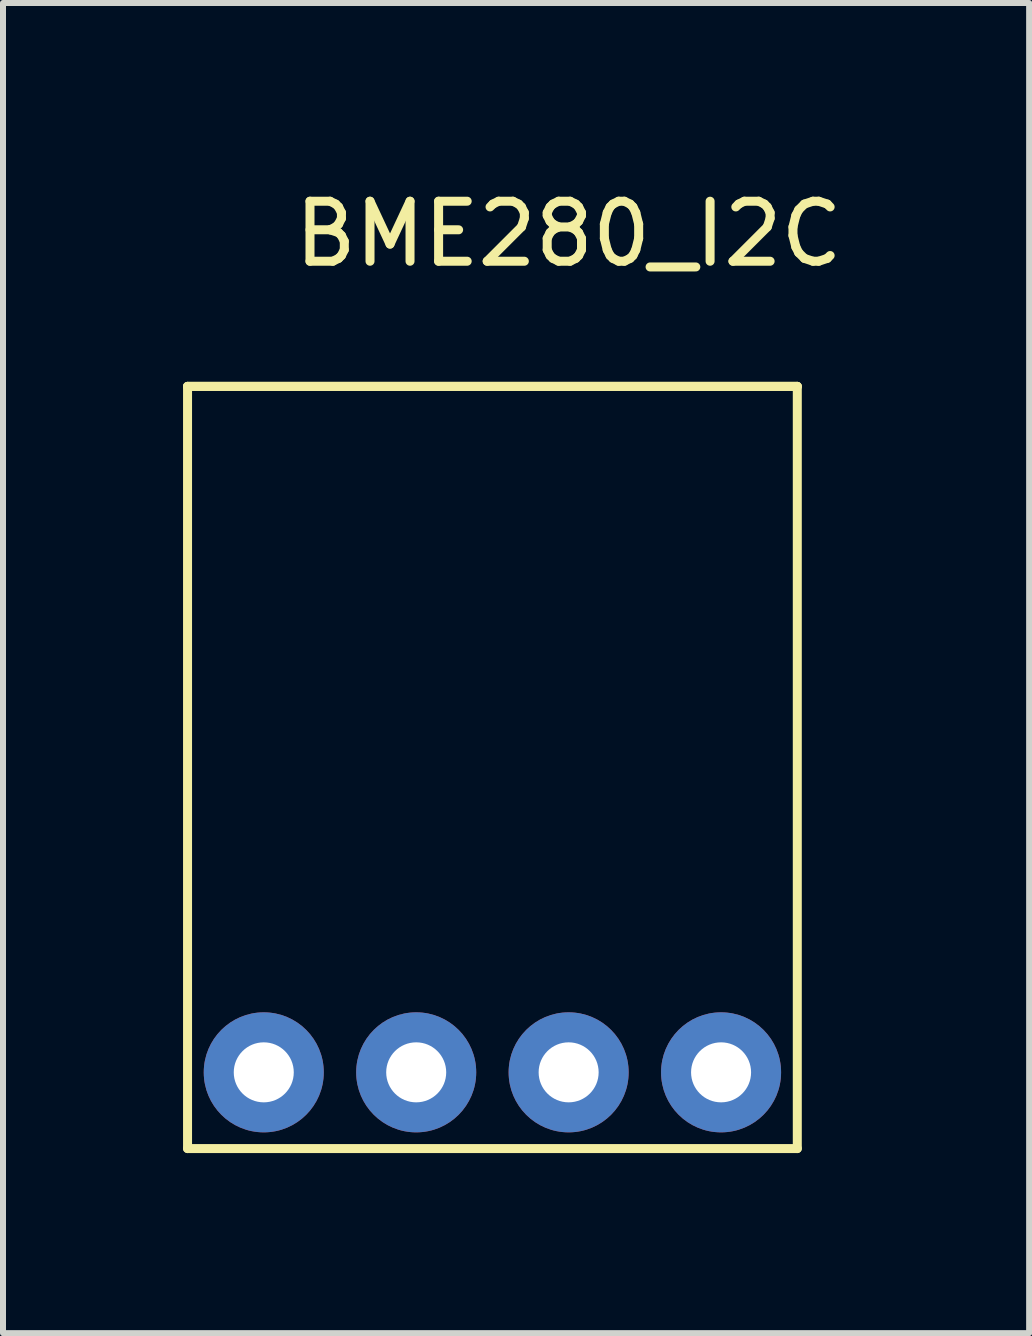
<source format=kicad_pcb>
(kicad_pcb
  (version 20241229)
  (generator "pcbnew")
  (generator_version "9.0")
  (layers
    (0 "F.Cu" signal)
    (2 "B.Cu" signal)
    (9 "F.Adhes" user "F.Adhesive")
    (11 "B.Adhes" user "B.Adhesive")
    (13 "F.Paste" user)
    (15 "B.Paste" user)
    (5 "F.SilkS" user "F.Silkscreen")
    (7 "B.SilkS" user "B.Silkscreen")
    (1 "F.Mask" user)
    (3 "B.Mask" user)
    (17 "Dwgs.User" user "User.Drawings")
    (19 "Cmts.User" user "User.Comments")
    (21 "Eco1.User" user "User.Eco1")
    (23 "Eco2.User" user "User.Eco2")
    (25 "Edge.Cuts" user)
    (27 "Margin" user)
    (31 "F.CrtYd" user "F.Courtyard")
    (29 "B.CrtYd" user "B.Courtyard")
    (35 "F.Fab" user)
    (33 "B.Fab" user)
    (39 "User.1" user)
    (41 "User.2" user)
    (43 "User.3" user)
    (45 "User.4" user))
  (footprint "BME280_I2C"
    (layer "F.Cu")
    (at 6.425 4.658)
    (property "Reference" "BME280_I2C" (at 0 -3.81 0) (layer "F.SilkS") (effects (font (size 1 1) (thickness 0.15))))
    (attr through_hole)
    (fp_line (start -6.35 -1.27) (end -6.35 11.43) (stroke (width 0.15) (type solid)) (layer "F.SilkS"))
    (fp_line (start -6.35 11.43) (end 3.81 11.43) (stroke (width 0.15) (type solid)) (layer "F.SilkS"))
    (fp_line (start 3.81 -1.27) (end -6.35 -1.27) (stroke (width 0.15) (type solid)) (layer "F.SilkS"))
    (fp_line (start 3.81 -1.27) (end -6.35 -1.27) (stroke (width 0.15) (type solid)) (layer "F.SilkS"))
    (fp_line (start 3.81 11.43) (end 3.81 -1.27) (stroke (width 0.15) (type solid)) (layer "F.SilkS"))
    (pad "1" thru_hole circle (at -5.08 10.16) (size 2 2) (drill 1) (layers "*.Cu" "*.Mask"))
    (pad "2" thru_hole circle (at -2.54 10.16) (size 2 2) (drill 1) (layers "*.Cu" "*.Mask"))
    (pad "3" thru_hole circle (at 0 10.16) (size 2 2) (drill 1) (layers "*.Cu" "*.Mask"))
    (pad "4" thru_hole circle (at 2.54 10.16) (size 2 2) (drill 1) (layers "*.Cu" "*.Mask")))
  (gr_rect
    (start -3 -3)
    (end 14.098 19.163)
    (stroke (width 0.1) (type default))
    (fill no)
    (layer "Edge.Cuts")))
</source>
